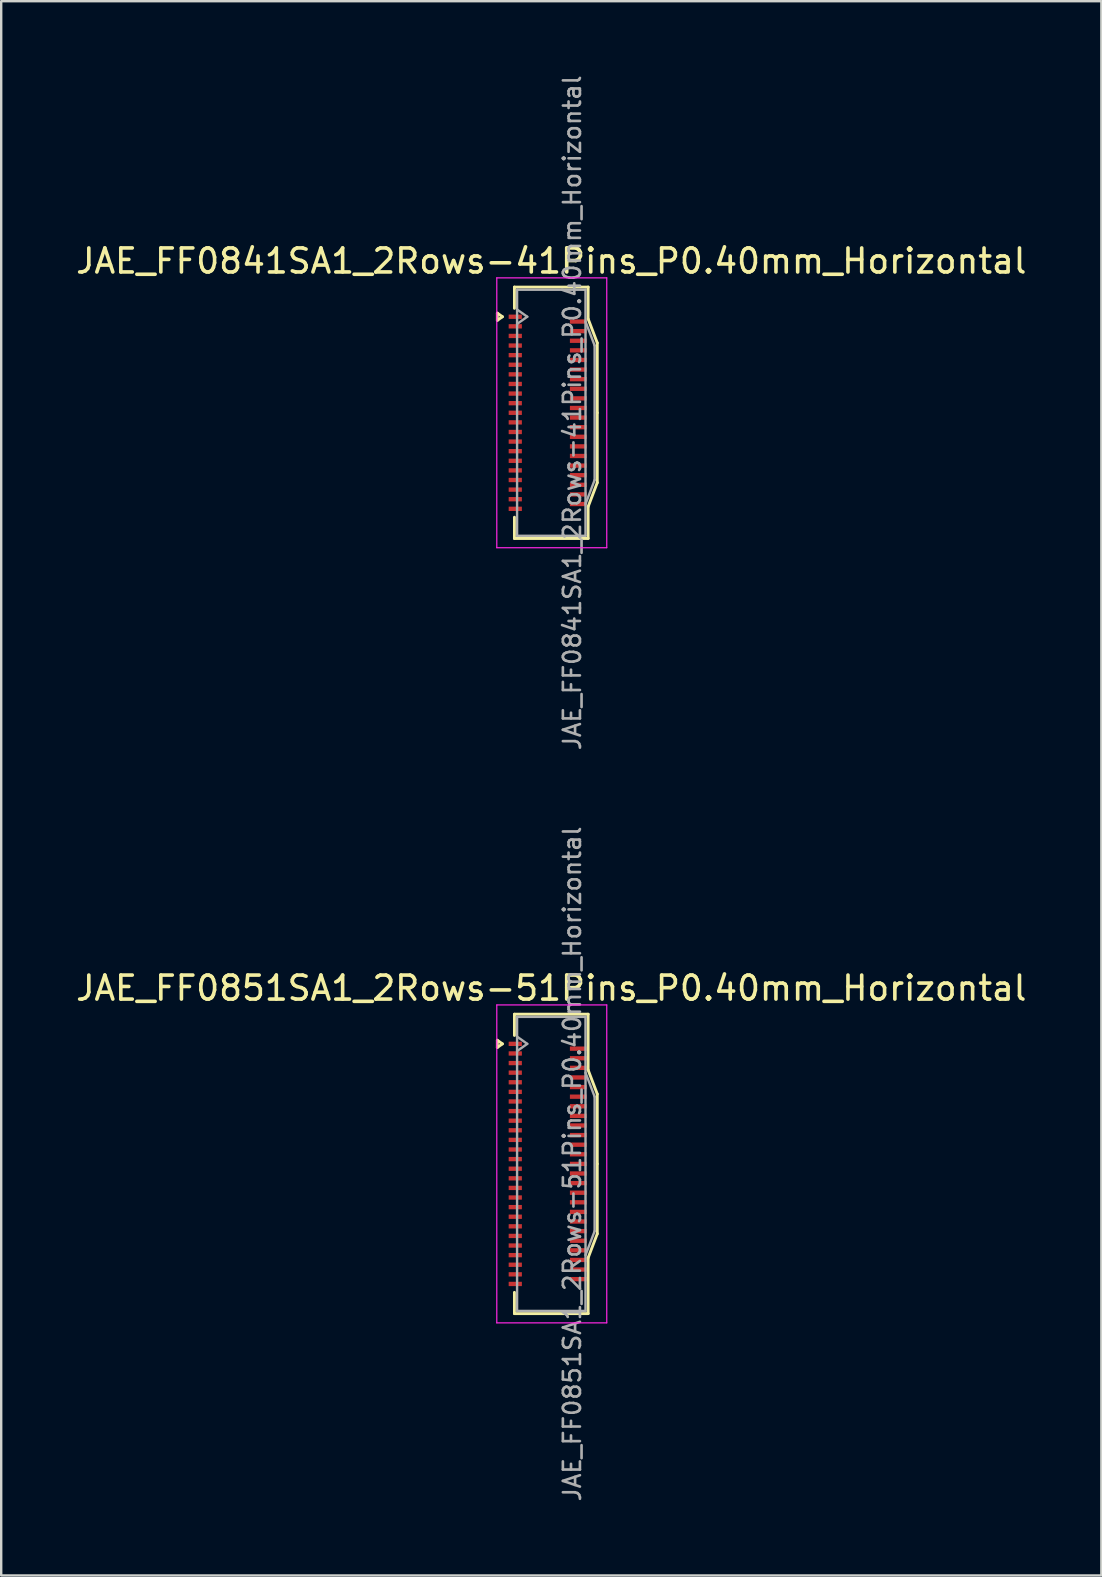
<source format=kicad_pcb>
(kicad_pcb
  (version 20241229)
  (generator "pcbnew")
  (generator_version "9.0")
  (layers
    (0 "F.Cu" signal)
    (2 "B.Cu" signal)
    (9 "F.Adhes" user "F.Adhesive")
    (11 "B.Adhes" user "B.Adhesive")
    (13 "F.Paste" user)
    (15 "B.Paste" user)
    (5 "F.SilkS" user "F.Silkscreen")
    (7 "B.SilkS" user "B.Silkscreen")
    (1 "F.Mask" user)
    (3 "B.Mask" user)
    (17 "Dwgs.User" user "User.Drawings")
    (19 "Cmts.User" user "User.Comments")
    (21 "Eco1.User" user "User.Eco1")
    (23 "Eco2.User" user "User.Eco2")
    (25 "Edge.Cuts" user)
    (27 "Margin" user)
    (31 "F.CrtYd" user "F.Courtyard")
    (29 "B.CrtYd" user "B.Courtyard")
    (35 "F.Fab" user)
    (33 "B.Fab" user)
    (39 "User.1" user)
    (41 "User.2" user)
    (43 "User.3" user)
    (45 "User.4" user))
  (footprint "JAE_FF0841SA1_2Rows-41Pins_P0.40mm_Horizontal"
    (layer "F.Cu")
    (at 19.761 14.142)
    (property "Reference" "JAE_FF0841SA1_2Rows-41Pins_P0.40mm_Horizontal" (at 0.15 -6.32 0) (layer "F.SilkS") (effects (font (size 1 1) (thickness 0.15))))
    (attr smd)
    (fp_line (start -2.097 -4.15) (end -1.885 -4) (stroke (width 0.12) (type solid)) (layer "F.SilkS"))
    (fp_line (start -2.097 -3.85) (end -2.097 -4.15) (stroke (width 0.12) (type solid)) (layer "F.SilkS"))
    (fp_line (start -1.885 -4) (end -2.097 -3.85) (stroke (width 0.12) (type solid)) (layer "F.SilkS"))
    (fp_line (start -1.385 -5.235) (end 1.685 -5.235) (stroke (width 0.12) (type solid)) (layer "F.SilkS"))
    (fp_line (start -1.385 -4.35) (end -1.385 -5.235) (stroke (width 0.12) (type solid)) (layer "F.SilkS"))
    (fp_line (start -1.385 4.35) (end -1.385 5.235) (stroke (width 0.12) (type solid)) (layer "F.SilkS"))
    (fp_line (start -1.385 5.235) (end 1.685 5.235) (stroke (width 0.12) (type solid)) (layer "F.SilkS"))
    (fp_line (start 1.685 -5.235) (end 1.685 -3.91) (stroke (width 0.12) (type solid)) (layer "F.SilkS"))
    (fp_line (start 1.685 -3.91) (end 2.065 -2.91) (stroke (width 0.12) (type solid)) (layer "F.SilkS"))
    (fp_line (start 1.685 3.91) (end 2.065 2.91) (stroke (width 0.12) (type solid)) (layer "F.SilkS"))
    (fp_line (start 1.685 5.235) (end 1.685 3.91) (stroke (width 0.12) (type solid)) (layer "F.SilkS"))
    (fp_line (start 2.065 -2.91) (end 2.065 0) (stroke (width 0.12) (type solid)) (layer "F.SilkS"))
    (fp_line (start 2.065 2.91) (end 2.065 0) (stroke (width 0.12) (type solid)) (layer "F.SilkS"))
    (fp_line (start -2.12 -5.62) (end -2.12 5.62) (stroke (width 0.05) (type solid)) (layer "F.CrtYd"))
    (fp_line (start -2.12 5.62) (end 2.46 5.62) (stroke (width 0.05) (type solid)) (layer "F.CrtYd"))
    (fp_line (start 2.46 -5.62) (end -2.12 -5.62) (stroke (width 0.05) (type solid)) (layer "F.CrtYd"))
    (fp_line (start 2.46 5.62) (end 2.46 -5.62) (stroke (width 0.05) (type solid)) (layer "F.CrtYd"))
    (fp_line (start -1.275 -5.125) (end -1.275 5.125) (stroke (width 0.1) (type solid)) (layer "F.Fab"))
    (fp_line (start -1.275 -4.3) (end -0.851 -4) (stroke (width 0.1) (type solid)) (layer "F.Fab"))
    (fp_line (start -1.275 5.125) (end 1.575 5.125) (stroke (width 0.1) (type solid)) (layer "F.Fab"))
    (fp_line (start -0.851 -4) (end -1.275 -3.7) (stroke (width 0.1) (type solid)) (layer "F.Fab"))
    (fp_line (start 1.575 -5.125) (end -1.275 -5.125) (stroke (width 0.1) (type solid)) (layer "F.Fab"))
    (fp_line (start 1.575 -3.8) (end 1.955 -2.8) (stroke (width 0.1) (type solid)) (layer "F.Fab"))
    (fp_line (start 1.575 5.125) (end 1.575 -5.125) (stroke (width 0.1) (type solid)) (layer "F.Fab"))
    (fp_line (start 1.955 -2.8) (end 1.955 2.8) (stroke (width 0.1) (type solid)) (layer "F.Fab"))
    (fp_line (start 1.955 2.8) (end 1.575 3.8) (stroke (width 0.1) (type solid)) (layer "F.Fab"))
    (fp_text user "${REFERENCE}" (at 1.02 0 90) (layer "F.Fab") (effects (font (size 0.71 0.71) (thickness 0.11))))
    (pad "1" smd rect (at -1.35 -4) (size 0.55 0.18) (layers "F.Cu" "F.Mask" "F.Paste"))
    (pad "2" smd rect (at 1.275 -3.8) (size 0.7 0.18) (layers "F.Cu" "F.Mask" "F.Paste"))
    (pad "3" smd rect (at -1.35 -3.6) (size 0.55 0.18) (layers "F.Cu" "F.Mask" "F.Paste"))
    (pad "4" smd rect (at 1.275 -3.4) (size 0.7 0.18) (layers "F.Cu" "F.Mask" "F.Paste"))
    (pad "5" smd rect (at -1.35 -3.2) (size 0.55 0.18) (layers "F.Cu" "F.Mask" "F.Paste"))
    (pad "6" smd rect (at 1.275 -3) (size 0.7 0.18) (layers "F.Cu" "F.Mask" "F.Paste"))
    (pad "7" smd rect (at -1.35 -2.8) (size 0.55 0.18) (layers "F.Cu" "F.Mask" "F.Paste"))
    (pad "8" smd rect (at 1.275 -2.6) (size 0.7 0.18) (layers "F.Cu" "F.Mask" "F.Paste"))
    (pad "9" smd rect (at -1.35 -2.4) (size 0.55 0.18) (layers "F.Cu" "F.Mask" "F.Paste"))
    (pad "10" smd rect (at 1.275 -2.2) (size 0.7 0.18) (layers "F.Cu" "F.Mask" "F.Paste"))
    (pad "11" smd rect (at -1.35 -2) (size 0.55 0.18) (layers "F.Cu" "F.Mask" "F.Paste"))
    (pad "12" smd rect (at 1.275 -1.8) (size 0.7 0.18) (layers "F.Cu" "F.Mask" "F.Paste"))
    (pad "13" smd rect (at -1.35 -1.6) (size 0.55 0.18) (layers "F.Cu" "F.Mask" "F.Paste"))
    (pad "14" smd rect (at 1.275 -1.4) (size 0.7 0.18) (layers "F.Cu" "F.Mask" "F.Paste"))
    (pad "15" smd rect (at -1.35 -1.2) (size 0.55 0.18) (layers "F.Cu" "F.Mask" "F.Paste"))
    (pad "16" smd rect (at 1.275 -1) (size 0.7 0.18) (layers "F.Cu" "F.Mask" "F.Paste"))
    (pad "17" smd rect (at -1.35 -0.8) (size 0.55 0.18) (layers "F.Cu" "F.Mask" "F.Paste"))
    (pad "18" smd rect (at 1.275 -0.6) (size 0.7 0.18) (layers "F.Cu" "F.Mask" "F.Paste"))
    (pad "19" smd rect (at -1.35 -0.4) (size 0.55 0.18) (layers "F.Cu" "F.Mask" "F.Paste"))
    (pad "20" smd rect (at 1.275 -0.2) (size 0.7 0.18) (layers "F.Cu" "F.Mask" "F.Paste"))
    (pad "21" smd rect (at -1.35 0) (size 0.55 0.18) (layers "F.Cu" "F.Mask" "F.Paste"))
    (pad "22" smd rect (at 1.275 0.2) (size 0.7 0.18) (layers "F.Cu" "F.Mask" "F.Paste"))
    (pad "23" smd rect (at -1.35 0.4) (size 0.55 0.18) (layers "F.Cu" "F.Mask" "F.Paste"))
    (pad "24" smd rect (at 1.275 0.6) (size 0.7 0.18) (layers "F.Cu" "F.Mask" "F.Paste"))
    (pad "25" smd rect (at -1.35 0.8) (size 0.55 0.18) (layers "F.Cu" "F.Mask" "F.Paste"))
    (pad "26" smd rect (at 1.275 1) (size 0.7 0.18) (layers "F.Cu" "F.Mask" "F.Paste"))
    (pad "27" smd rect (at -1.35 1.2) (size 0.55 0.18) (layers "F.Cu" "F.Mask" "F.Paste"))
    (pad "28" smd rect (at 1.275 1.4) (size 0.7 0.18) (layers "F.Cu" "F.Mask" "F.Paste"))
    (pad "29" smd rect (at -1.35 1.6) (size 0.55 0.18) (layers "F.Cu" "F.Mask" "F.Paste"))
    (pad "30" smd rect (at 1.275 1.8) (size 0.7 0.18) (layers "F.Cu" "F.Mask" "F.Paste"))
    (pad "31" smd rect (at -1.35 2) (size 0.55 0.18) (layers "F.Cu" "F.Mask" "F.Paste"))
    (pad "32" smd rect (at 1.275 2.2) (size 0.7 0.18) (layers "F.Cu" "F.Mask" "F.Paste"))
    (pad "33" smd rect (at -1.35 2.4) (size 0.55 0.18) (layers "F.Cu" "F.Mask" "F.Paste"))
    (pad "34" smd rect (at 1.275 2.6) (size 0.7 0.18) (layers "F.Cu" "F.Mask" "F.Paste"))
    (pad "35" smd rect (at -1.35 2.8) (size 0.55 0.18) (layers "F.Cu" "F.Mask" "F.Paste"))
    (pad "36" smd rect (at 1.275 3) (size 0.7 0.18) (layers "F.Cu" "F.Mask" "F.Paste"))
    (pad "37" smd rect (at -1.35 3.2) (size 0.55 0.18) (layers "F.Cu" "F.Mask" "F.Paste"))
    (pad "38" smd rect (at 1.275 3.4) (size 0.7 0.18) (layers "F.Cu" "F.Mask" "F.Paste"))
    (pad "39" smd rect (at -1.35 3.6) (size 0.55 0.18) (layers "F.Cu" "F.Mask" "F.Paste"))
    (pad "40" smd rect (at 1.275 3.8) (size 0.7 0.18) (layers "F.Cu" "F.Mask" "F.Paste"))
    (pad "41" smd rect (at -1.35 4) (size 0.55 0.18) (layers "F.Cu" "F.Mask" "F.Paste")))
  (footprint "JAE_FF0851SA1_2Rows-51Pins_P0.40mm_Horizontal"
    (layer "F.Cu")
    (at 19.761 45.426)
    (property "Reference" "JAE_FF0851SA1_2Rows-51Pins_P0.40mm_Horizontal" (at 0.15 -7.32 0) (layer "F.SilkS") (effects (font (size 1 1) (thickness 0.15))))
    (attr smd)
    (fp_line (start -2.097 -5.15) (end -1.885 -5) (stroke (width 0.12) (type solid)) (layer "F.SilkS"))
    (fp_line (start -2.097 -4.85) (end -2.097 -5.15) (stroke (width 0.12) (type solid)) (layer "F.SilkS"))
    (fp_line (start -1.885 -5) (end -2.097 -4.85) (stroke (width 0.12) (type solid)) (layer "F.SilkS"))
    (fp_line (start -1.385 -6.235) (end 1.685 -6.235) (stroke (width 0.12) (type solid)) (layer "F.SilkS"))
    (fp_line (start -1.385 -5.35) (end -1.385 -6.235) (stroke (width 0.12) (type solid)) (layer "F.SilkS"))
    (fp_line (start -1.385 5.35) (end -1.385 6.235) (stroke (width 0.12) (type solid)) (layer "F.SilkS"))
    (fp_line (start -1.385 6.235) (end 1.685 6.235) (stroke (width 0.12) (type solid)) (layer "F.SilkS"))
    (fp_line (start 1.685 -6.235) (end 1.685 -3.91) (stroke (width 0.12) (type solid)) (layer "F.SilkS"))
    (fp_line (start 1.685 -3.91) (end 2.065 -2.91) (stroke (width 0.12) (type solid)) (layer "F.SilkS"))
    (fp_line (start 1.685 3.91) (end 2.065 2.91) (stroke (width 0.12) (type solid)) (layer "F.SilkS"))
    (fp_line (start 1.685 6.235) (end 1.685 3.91) (stroke (width 0.12) (type solid)) (layer "F.SilkS"))
    (fp_line (start 2.065 -2.91) (end 2.065 0) (stroke (width 0.12) (type solid)) (layer "F.SilkS"))
    (fp_line (start 2.065 2.91) (end 2.065 0) (stroke (width 0.12) (type solid)) (layer "F.SilkS"))
    (fp_line (start -2.12 -6.62) (end -2.12 6.62) (stroke (width 0.05) (type solid)) (layer "F.CrtYd"))
    (fp_line (start -2.12 6.62) (end 2.46 6.62) (stroke (width 0.05) (type solid)) (layer "F.CrtYd"))
    (fp_line (start 2.46 -6.62) (end -2.12 -6.62) (stroke (width 0.05) (type solid)) (layer "F.CrtYd"))
    (fp_line (start 2.46 6.62) (end 2.46 -6.62) (stroke (width 0.05) (type solid)) (layer "F.CrtYd"))
    (fp_line (start -1.275 -6.125) (end -1.275 6.125) (stroke (width 0.1) (type solid)) (layer "F.Fab"))
    (fp_line (start -1.275 -5.3) (end -0.851 -5) (stroke (width 0.1) (type solid)) (layer "F.Fab"))
    (fp_line (start -1.275 6.125) (end 1.575 6.125) (stroke (width 0.1) (type solid)) (layer "F.Fab"))
    (fp_line (start -0.851 -5) (end -1.275 -4.7) (stroke (width 0.1) (type solid)) (layer "F.Fab"))
    (fp_line (start 1.575 -6.125) (end -1.275 -6.125) (stroke (width 0.1) (type solid)) (layer "F.Fab"))
    (fp_line (start 1.575 -3.8) (end 1.955 -2.8) (stroke (width 0.1) (type solid)) (layer "F.Fab"))
    (fp_line (start 1.575 6.125) (end 1.575 -6.125) (stroke (width 0.1) (type solid)) (layer "F.Fab"))
    (fp_line (start 1.955 -2.8) (end 1.955 2.8) (stroke (width 0.1) (type solid)) (layer "F.Fab"))
    (fp_line (start 1.955 2.8) (end 1.575 3.8) (stroke (width 0.1) (type solid)) (layer "F.Fab"))
    (fp_text user "${REFERENCE}" (at 1.02 0 90) (layer "F.Fab") (effects (font (size 0.71 0.71) (thickness 0.11))))
    (pad "1" smd rect (at -1.35 -5) (size 0.55 0.18) (layers "F.Cu" "F.Mask" "F.Paste"))
    (pad "2" smd rect (at 1.275 -4.8) (size 0.7 0.18) (layers "F.Cu" "F.Mask" "F.Paste"))
    (pad "3" smd rect (at -1.35 -4.6) (size 0.55 0.18) (layers "F.Cu" "F.Mask" "F.Paste"))
    (pad "4" smd rect (at 1.275 -4.4) (size 0.7 0.18) (layers "F.Cu" "F.Mask" "F.Paste"))
    (pad "5" smd rect (at -1.35 -4.2) (size 0.55 0.18) (layers "F.Cu" "F.Mask" "F.Paste"))
    (pad "6" smd rect (at 1.275 -4) (size 0.7 0.18) (layers "F.Cu" "F.Mask" "F.Paste"))
    (pad "7" smd rect (at -1.35 -3.8) (size 0.55 0.18) (layers "F.Cu" "F.Mask" "F.Paste"))
    (pad "8" smd rect (at 1.275 -3.6) (size 0.7 0.18) (layers "F.Cu" "F.Mask" "F.Paste"))
    (pad "9" smd rect (at -1.35 -3.4) (size 0.55 0.18) (layers "F.Cu" "F.Mask" "F.Paste"))
    (pad "10" smd rect (at 1.275 -3.2) (size 0.7 0.18) (layers "F.Cu" "F.Mask" "F.Paste"))
    (pad "11" smd rect (at -1.35 -3) (size 0.55 0.18) (layers "F.Cu" "F.Mask" "F.Paste"))
    (pad "12" smd rect (at 1.275 -2.8) (size 0.7 0.18) (layers "F.Cu" "F.Mask" "F.Paste"))
    (pad "13" smd rect (at -1.35 -2.6) (size 0.55 0.18) (layers "F.Cu" "F.Mask" "F.Paste"))
    (pad "14" smd rect (at 1.275 -2.4) (size 0.7 0.18) (layers "F.Cu" "F.Mask" "F.Paste"))
    (pad "15" smd rect (at -1.35 -2.2) (size 0.55 0.18) (layers "F.Cu" "F.Mask" "F.Paste"))
    (pad "16" smd rect (at 1.275 -2) (size 0.7 0.18) (layers "F.Cu" "F.Mask" "F.Paste"))
    (pad "17" smd rect (at -1.35 -1.8) (size 0.55 0.18) (layers "F.Cu" "F.Mask" "F.Paste"))
    (pad "18" smd rect (at 1.275 -1.6) (size 0.7 0.18) (layers "F.Cu" "F.Mask" "F.Paste"))
    (pad "19" smd rect (at -1.35 -1.4) (size 0.55 0.18) (layers "F.Cu" "F.Mask" "F.Paste"))
    (pad "20" smd rect (at 1.275 -1.2) (size 0.7 0.18) (layers "F.Cu" "F.Mask" "F.Paste"))
    (pad "21" smd rect (at -1.35 -1) (size 0.55 0.18) (layers "F.Cu" "F.Mask" "F.Paste"))
    (pad "22" smd rect (at 1.275 -0.8) (size 0.7 0.18) (layers "F.Cu" "F.Mask" "F.Paste"))
    (pad "23" smd rect (at -1.35 -0.6) (size 0.55 0.18) (layers "F.Cu" "F.Mask" "F.Paste"))
    (pad "24" smd rect (at 1.275 -0.4) (size 0.7 0.18) (layers "F.Cu" "F.Mask" "F.Paste"))
    (pad "25" smd rect (at -1.35 -0.2) (size 0.55 0.18) (layers "F.Cu" "F.Mask" "F.Paste"))
    (pad "26" smd rect (at 1.275 0) (size 0.7 0.18) (layers "F.Cu" "F.Mask" "F.Paste"))
    (pad "27" smd rect (at -1.35 0.2) (size 0.55 0.18) (layers "F.Cu" "F.Mask" "F.Paste"))
    (pad "28" smd rect (at 1.275 0.4) (size 0.7 0.18) (layers "F.Cu" "F.Mask" "F.Paste"))
    (pad "29" smd rect (at -1.35 0.6) (size 0.55 0.18) (layers "F.Cu" "F.Mask" "F.Paste"))
    (pad "30" smd rect (at 1.275 0.8) (size 0.7 0.18) (layers "F.Cu" "F.Mask" "F.Paste"))
    (pad "31" smd rect (at -1.35 1) (size 0.55 0.18) (layers "F.Cu" "F.Mask" "F.Paste"))
    (pad "32" smd rect (at 1.275 1.2) (size 0.7 0.18) (layers "F.Cu" "F.Mask" "F.Paste"))
    (pad "33" smd rect (at -1.35 1.4) (size 0.55 0.18) (layers "F.Cu" "F.Mask" "F.Paste"))
    (pad "34" smd rect (at 1.275 1.6) (size 0.7 0.18) (layers "F.Cu" "F.Mask" "F.Paste"))
    (pad "35" smd rect (at -1.35 1.8) (size 0.55 0.18) (layers "F.Cu" "F.Mask" "F.Paste"))
    (pad "36" smd rect (at 1.275 2) (size 0.7 0.18) (layers "F.Cu" "F.Mask" "F.Paste"))
    (pad "37" smd rect (at -1.35 2.2) (size 0.55 0.18) (layers "F.Cu" "F.Mask" "F.Paste"))
    (pad "38" smd rect (at 1.275 2.4) (size 0.7 0.18) (layers "F.Cu" "F.Mask" "F.Paste"))
    (pad "39" smd rect (at -1.35 2.6) (size 0.55 0.18) (layers "F.Cu" "F.Mask" "F.Paste"))
    (pad "40" smd rect (at 1.275 2.8) (size 0.7 0.18) (layers "F.Cu" "F.Mask" "F.Paste"))
    (pad "41" smd rect (at -1.35 3) (size 0.55 0.18) (layers "F.Cu" "F.Mask" "F.Paste"))
    (pad "42" smd rect (at 1.275 3.2) (size 0.7 0.18) (layers "F.Cu" "F.Mask" "F.Paste"))
    (pad "43" smd rect (at -1.35 3.4) (size 0.55 0.18) (layers "F.Cu" "F.Mask" "F.Paste"))
    (pad "44" smd rect (at 1.275 3.6) (size 0.7 0.18) (layers "F.Cu" "F.Mask" "F.Paste"))
    (pad "45" smd rect (at -1.35 3.8) (size 0.55 0.18) (layers "F.Cu" "F.Mask" "F.Paste"))
    (pad "46" smd rect (at 1.275 4) (size 0.7 0.18) (layers "F.Cu" "F.Mask" "F.Paste"))
    (pad "47" smd rect (at -1.35 4.2) (size 0.55 0.18) (layers "F.Cu" "F.Mask" "F.Paste"))
    (pad "48" smd rect (at 1.275 4.4) (size 0.7 0.18) (layers "F.Cu" "F.Mask" "F.Paste"))
    (pad "49" smd rect (at -1.35 4.6) (size 0.55 0.18) (layers "F.Cu" "F.Mask" "F.Paste"))
    (pad "50" smd rect (at 1.275 4.8) (size 0.7 0.18) (layers "F.Cu" "F.Mask" "F.Paste"))
    (pad "51" smd rect (at -1.35 5) (size 0.55 0.18) (layers "F.Cu" "F.Mask" "F.Paste")))
  (gr_rect
    (start -3 -3)
    (end 42.821 62.567)
    (stroke (width 0.1) (type default))
    (fill no)
    (layer "Edge.Cuts")))
</source>
